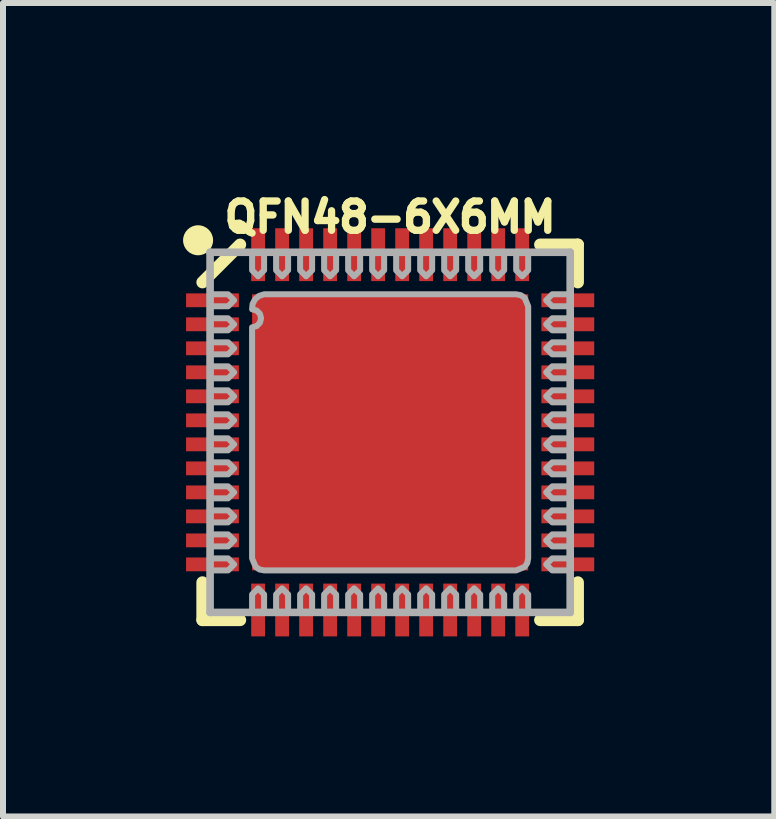
<source format=kicad_pcb>
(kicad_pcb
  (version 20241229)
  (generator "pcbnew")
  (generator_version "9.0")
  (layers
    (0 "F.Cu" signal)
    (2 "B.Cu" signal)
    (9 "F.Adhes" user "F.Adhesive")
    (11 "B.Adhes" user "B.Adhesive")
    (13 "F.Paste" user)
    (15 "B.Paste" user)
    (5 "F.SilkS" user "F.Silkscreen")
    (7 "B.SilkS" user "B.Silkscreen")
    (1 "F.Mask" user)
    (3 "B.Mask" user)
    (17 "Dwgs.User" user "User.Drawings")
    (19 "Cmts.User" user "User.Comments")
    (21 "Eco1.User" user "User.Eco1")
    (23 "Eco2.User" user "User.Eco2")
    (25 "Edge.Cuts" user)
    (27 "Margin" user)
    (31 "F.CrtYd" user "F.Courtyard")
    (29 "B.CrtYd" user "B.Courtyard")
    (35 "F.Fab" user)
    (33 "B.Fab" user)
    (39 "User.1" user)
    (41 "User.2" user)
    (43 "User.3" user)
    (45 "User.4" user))
  (footprint "QFN48-6X6MM"
    (layer "F.Cu")
    (at 3.45 4.153)
    (property "Reference" "QFN48-6X6MM" (at 0 -3.3 0) (layer "F.SilkS") (effects (font (size 0.488 0.488) (thickness 0.122)) (justify bottom)))
    (fp_line (start -3.127 -2.5) (end -2.5 -3.127) (stroke (width 0.203) (type solid)) (layer "F.SilkS"))
    (fp_line (start -3.127 2.5) (end -3.127 3.127) (stroke (width 0.203) (type solid)) (layer "F.SilkS"))
    (fp_line (start -3.127 3.127) (end -2.5 3.127) (stroke (width 0.203) (type solid)) (layer "F.SilkS"))
    (fp_line (start 2.5 3.127) (end 3.127 3.127) (stroke (width 0.203) (type solid)) (layer "F.SilkS"))
    (fp_line (start 3.127 -3.127) (end 2.5 -3.127) (stroke (width 0.203) (type solid)) (layer "F.SilkS"))
    (fp_line (start 3.127 -2.5) (end 3.127 -3.127) (stroke (width 0.203) (type solid)) (layer "F.SilkS"))
    (fp_line (start 3.127 3.127) (end 3.127 2.5) (stroke (width 0.203) (type solid)) (layer "F.SilkS"))
    (fp_circle (center -3.2 -3.2) (end -3.075 -3.2) (stroke (width 0.25) (type solid)) (fill yes) (layer "F.SilkS"))
    (fp_poly (pts (xy -3.158 -2.099) (xy -2.562 -2.099) (xy -2.562 -2.301) (xy -3.158 -2.301)) (stroke (width 0) (type default)) (fill yes) (layer "F.Paste"))
    (fp_poly (pts (xy -3.158 -1.699) (xy -2.562 -1.699) (xy -2.562 -1.901) (xy -3.158 -1.901)) (stroke (width 0) (type default)) (fill yes) (layer "F.Paste"))
    (fp_poly (pts (xy -3.158 -1.299) (xy -2.562 -1.299) (xy -2.562 -1.501) (xy -3.158 -1.501)) (stroke (width 0) (type default)) (fill yes) (layer "F.Paste"))
    (fp_poly (pts (xy -3.158 -0.899) (xy -2.562 -0.899) (xy -2.562 -1.101) (xy -3.158 -1.101)) (stroke (width 0) (type default)) (fill yes) (layer "F.Paste"))
    (fp_poly (pts (xy -3.158 -0.499) (xy -2.562 -0.499) (xy -2.562 -0.701) (xy -3.158 -0.701)) (stroke (width 0) (type default)) (fill yes) (layer "F.Paste"))
    (fp_poly (pts (xy -3.158 -0.099) (xy -2.562 -0.099) (xy -2.562 -0.301) (xy -3.158 -0.301)) (stroke (width 0) (type default)) (fill yes) (layer "F.Paste"))
    (fp_poly (pts (xy -3.158 0.301) (xy -2.562 0.301) (xy -2.562 0.099) (xy -3.158 0.099)) (stroke (width 0) (type default)) (fill yes) (layer "F.Paste"))
    (fp_poly (pts (xy -3.158 0.701) (xy -2.562 0.701) (xy -2.562 0.499) (xy -3.158 0.499)) (stroke (width 0) (type default)) (fill yes) (layer "F.Paste"))
    (fp_poly (pts (xy -3.158 1.101) (xy -2.562 1.101) (xy -2.562 0.899) (xy -3.158 0.899)) (stroke (width 0) (type default)) (fill yes) (layer "F.Paste"))
    (fp_poly (pts (xy -3.158 1.501) (xy -2.562 1.501) (xy -2.562 1.299) (xy -3.158 1.299)) (stroke (width 0) (type default)) (fill yes) (layer "F.Paste"))
    (fp_poly (pts (xy -3.158 1.901) (xy -2.562 1.901) (xy -2.562 1.699) (xy -3.158 1.699)) (stroke (width 0) (type default)) (fill yes) (layer "F.Paste"))
    (fp_poly (pts (xy -3.158 2.301) (xy -2.562 2.301) (xy -2.562 2.099) (xy -3.158 2.099)) (stroke (width 0) (type default)) (fill yes) (layer "F.Paste"))
    (fp_poly (pts (xy -2.301 -3.158) (xy -2.301 -2.562) (xy -2.099 -2.562) (xy -2.099 -3.158)) (stroke (width 0) (type default)) (fill yes) (layer "F.Paste"))
    (fp_poly (pts (xy -2.099 3.158) (xy -2.099 2.562) (xy -2.301 2.562) (xy -2.301 3.158)) (stroke (width 0) (type default)) (fill yes) (layer "F.Paste"))
    (fp_poly (pts (xy -1.901 -3.158) (xy -1.901 -2.562) (xy -1.699 -2.562) (xy -1.699 -3.158)) (stroke (width 0) (type default)) (fill yes) (layer "F.Paste"))
    (fp_poly (pts (xy -1.699 3.158) (xy -1.699 2.562) (xy -1.901 2.562) (xy -1.901 3.158)) (stroke (width 0) (type default)) (fill yes) (layer "F.Paste"))
    (fp_poly (pts (xy -1.501 -3.158) (xy -1.501 -2.562) (xy -1.299 -2.562) (xy -1.299 -3.158)) (stroke (width 0) (type default)) (fill yes) (layer "F.Paste"))
    (fp_poly (pts (xy -1.299 3.158) (xy -1.299 2.562) (xy -1.501 2.562) (xy -1.501 3.158)) (stroke (width 0) (type default)) (fill yes) (layer "F.Paste"))
    (fp_poly (pts (xy -1.101 -3.158) (xy -1.101 -2.562) (xy -0.899 -2.562) (xy -0.899 -3.158)) (stroke (width 0) (type default)) (fill yes) (layer "F.Paste"))
    (fp_poly (pts (xy -0.899 3.158) (xy -0.899 2.562) (xy -1.101 2.562) (xy -1.101 3.158)) (stroke (width 0) (type default)) (fill yes) (layer "F.Paste"))
    (fp_poly (pts (xy -0.701 -3.158) (xy -0.701 -2.562) (xy -0.499 -2.562) (xy -0.499 -3.158)) (stroke (width 0) (type default)) (fill yes) (layer "F.Paste"))
    (fp_poly (pts (xy -0.499 3.158) (xy -0.499 2.562) (xy -0.701 2.562) (xy -0.701 3.158)) (stroke (width 0) (type default)) (fill yes) (layer "F.Paste"))
    (fp_poly (pts (xy -0.489 -0.489) (xy -0.489 -1.811) (xy -1.811 -1.811) (xy -1.811 -0.489)) (stroke (width 0) (type default)) (fill yes) (layer "F.Paste"))
    (fp_poly (pts (xy -0.489 0.489) (xy -1.811 0.489) (xy -1.811 1.811) (xy -0.489 1.811)) (stroke (width 0) (type default)) (fill yes) (layer "F.Paste"))
    (fp_poly (pts (xy -0.301 -3.158) (xy -0.301 -2.562) (xy -0.099 -2.562) (xy -0.099 -3.158)) (stroke (width 0) (type default)) (fill yes) (layer "F.Paste"))
    (fp_poly (pts (xy -0.099 3.158) (xy -0.099 2.562) (xy -0.301 2.562) (xy -0.301 3.158)) (stroke (width 0) (type default)) (fill yes) (layer "F.Paste"))
    (fp_poly (pts (xy 0.099 -3.158) (xy 0.099 -2.562) (xy 0.301 -2.562) (xy 0.301 -3.158)) (stroke (width 0) (type default)) (fill yes) (layer "F.Paste"))
    (fp_poly (pts (xy 0.301 3.158) (xy 0.301 2.562) (xy 0.099 2.562) (xy 0.099 3.158)) (stroke (width 0) (type default)) (fill yes) (layer "F.Paste"))
    (fp_poly (pts (xy 0.489 -0.489) (xy 1.811 -0.489) (xy 1.811 -1.811) (xy 0.489 -1.811)) (stroke (width 0) (type default)) (fill yes) (layer "F.Paste"))
    (fp_poly (pts (xy 0.489 0.489) (xy 0.489 1.811) (xy 1.811 1.811) (xy 1.811 0.489)) (stroke (width 0) (type default)) (fill yes) (layer "F.Paste"))
    (fp_poly (pts (xy 0.499 -3.158) (xy 0.499 -2.562) (xy 0.701 -2.562) (xy 0.701 -3.158)) (stroke (width 0) (type default)) (fill yes) (layer "F.Paste"))
    (fp_poly (pts (xy 0.701 3.158) (xy 0.701 2.562) (xy 0.499 2.562) (xy 0.499 3.158)) (stroke (width 0) (type default)) (fill yes) (layer "F.Paste"))
    (fp_poly (pts (xy 0.899 -3.158) (xy 0.899 -2.562) (xy 1.101 -2.562) (xy 1.101 -3.158)) (stroke (width 0) (type default)) (fill yes) (layer "F.Paste"))
    (fp_poly (pts (xy 1.101 3.158) (xy 1.101 2.562) (xy 0.899 2.562) (xy 0.899 3.158)) (stroke (width 0) (type default)) (fill yes) (layer "F.Paste"))
    (fp_poly (pts (xy 1.299 -3.158) (xy 1.299 -2.562) (xy 1.501 -2.562) (xy 1.501 -3.158)) (stroke (width 0) (type default)) (fill yes) (layer "F.Paste"))
    (fp_poly (pts (xy 1.501 3.158) (xy 1.501 2.562) (xy 1.299 2.562) (xy 1.299 3.158)) (stroke (width 0) (type default)) (fill yes) (layer "F.Paste"))
    (fp_poly (pts (xy 1.699 -3.158) (xy 1.699 -2.562) (xy 1.901 -2.562) (xy 1.901 -3.158)) (stroke (width 0) (type default)) (fill yes) (layer "F.Paste"))
    (fp_poly (pts (xy 1.901 3.158) (xy 1.901 2.562) (xy 1.699 2.562) (xy 1.699 3.158)) (stroke (width 0) (type default)) (fill yes) (layer "F.Paste"))
    (fp_poly (pts (xy 2.099 -3.158) (xy 2.099 -2.562) (xy 2.301 -2.562) (xy 2.301 -3.158)) (stroke (width 0) (type default)) (fill yes) (layer "F.Paste"))
    (fp_poly (pts (xy 2.301 3.158) (xy 2.301 2.562) (xy 2.099 2.562) (xy 2.099 3.158)) (stroke (width 0) (type default)) (fill yes) (layer "F.Paste"))
    (fp_poly (pts (xy 3.158 -2.301) (xy 2.562 -2.301) (xy 2.562 -2.099) (xy 3.158 -2.099)) (stroke (width 0) (type default)) (fill yes) (layer "F.Paste"))
    (fp_poly (pts (xy 3.158 -1.901) (xy 2.562 -1.901) (xy 2.562 -1.699) (xy 3.158 -1.699)) (stroke (width 0) (type default)) (fill yes) (layer "F.Paste"))
    (fp_poly (pts (xy 3.158 -1.501) (xy 2.562 -1.501) (xy 2.562 -1.299) (xy 3.158 -1.299)) (stroke (width 0) (type default)) (fill yes) (layer "F.Paste"))
    (fp_poly (pts (xy 3.158 -1.101) (xy 2.562 -1.101) (xy 2.562 -0.899) (xy 3.158 -0.899)) (stroke (width 0) (type default)) (fill yes) (layer "F.Paste"))
    (fp_poly (pts (xy 3.158 -0.701) (xy 2.562 -0.701) (xy 2.562 -0.499) (xy 3.158 -0.499)) (stroke (width 0) (type default)) (fill yes) (layer "F.Paste"))
    (fp_poly (pts (xy 3.158 -0.301) (xy 2.562 -0.301) (xy 2.562 -0.099) (xy 3.158 -0.099)) (stroke (width 0) (type default)) (fill yes) (layer "F.Paste"))
    (fp_poly (pts (xy 3.158 0.099) (xy 2.562 0.099) (xy 2.562 0.301) (xy 3.158 0.301)) (stroke (width 0) (type default)) (fill yes) (layer "F.Paste"))
    (fp_poly (pts (xy 3.158 0.499) (xy 2.562 0.499) (xy 2.562 0.701) (xy 3.158 0.701)) (stroke (width 0) (type default)) (fill yes) (layer "F.Paste"))
    (fp_poly (pts (xy 3.158 0.899) (xy 2.562 0.899) (xy 2.562 1.101) (xy 3.158 1.101)) (stroke (width 0) (type default)) (fill yes) (layer "F.Paste"))
    (fp_poly (pts (xy 3.158 1.299) (xy 2.562 1.299) (xy 2.562 1.501) (xy 3.158 1.501)) (stroke (width 0) (type default)) (fill yes) (layer "F.Paste"))
    (fp_poly (pts (xy 3.158 1.699) (xy 2.562 1.699) (xy 2.562 1.901) (xy 3.158 1.901)) (stroke (width 0) (type default)) (fill yes) (layer "F.Paste"))
    (fp_poly (pts (xy 3.158 2.099) (xy 2.562 2.099) (xy 2.562 2.301) (xy 3.158 2.301)) (stroke (width 0) (type default)) (fill yes) (layer "F.Paste"))
    (fp_line (start -3 -3) (end -3 3) (stroke (width 0.127) (type solid)) (layer "F.Fab"))
    (fp_line (start -3 3) (end 3 3) (stroke (width 0.127) (type solid)) (layer "F.Fab"))
    (fp_line (start 3 -3) (end -3 -3) (stroke (width 0.127) (type solid)) (layer "F.Fab"))
    (fp_line (start 3 3) (end 3 -3) (stroke (width 0.127) (type solid)) (layer "F.Fab"))
    (fp_poly (pts (xy -2.6 -2.2) (xy -2.7 -2.1) (xy -3 -2.1) (xy -3 -2.3) (xy -2.7 -2.3)) (stroke (width 0.1) (type default)) (fill no) (layer "F.Fab"))
    (fp_poly (pts (xy -2.6 -1.8) (xy -2.7 -1.7) (xy -3 -1.7) (xy -3 -1.9) (xy -2.7 -1.9)) (stroke (width 0.1) (type default)) (fill no) (layer "F.Fab"))
    (fp_poly (pts (xy -2.6 -1.4) (xy -2.7 -1.3) (xy -3 -1.3) (xy -3 -1.5) (xy -2.7 -1.5)) (stroke (width 0.1) (type default)) (fill no) (layer "F.Fab"))
    (fp_poly (pts (xy -2.6 -1) (xy -2.7 -0.9) (xy -3 -0.9) (xy -3 -1.1) (xy -2.7 -1.1)) (stroke (width 0.1) (type default)) (fill no) (layer "F.Fab"))
    (fp_poly (pts (xy -2.6 -0.6) (xy -2.7 -0.5) (xy -3 -0.5) (xy -3 -0.7) (xy -2.7 -0.7)) (stroke (width 0.1) (type default)) (fill no) (layer "F.Fab"))
    (fp_poly (pts (xy -2.6 -0.2) (xy -2.7 -0.1) (xy -3 -0.1) (xy -3 -0.3) (xy -2.7 -0.3)) (stroke (width 0.1) (type default)) (fill no) (layer "F.Fab"))
    (fp_poly (pts (xy -2.6 0.2) (xy -2.7 0.3) (xy -3 0.3) (xy -3 0.1) (xy -2.7 0.1)) (stroke (width 0.1) (type default)) (fill no) (layer "F.Fab"))
    (fp_poly (pts (xy -2.6 0.6) (xy -2.7 0.7) (xy -3 0.7) (xy -3 0.5) (xy -2.7 0.5)) (stroke (width 0.1) (type default)) (fill no) (layer "F.Fab"))
    (fp_poly (pts (xy -2.6 1) (xy -2.7 1.1) (xy -3 1.1) (xy -3 0.9) (xy -2.7 0.9)) (stroke (width 0.1) (type default)) (fill no) (layer "F.Fab"))
    (fp_poly (pts (xy -2.6 1.4) (xy -2.7 1.5) (xy -3 1.5) (xy -3 1.3) (xy -2.7 1.3)) (stroke (width 0.1) (type default)) (fill no) (layer "F.Fab"))
    (fp_poly (pts (xy -2.6 1.8) (xy -2.7 1.9) (xy -3 1.9) (xy -3 1.7) (xy -2.7 1.7)) (stroke (width 0.1) (type default)) (fill no) (layer "F.Fab"))
    (fp_poly (pts (xy -2.6 2.2) (xy -2.7 2.3) (xy -3 2.3) (xy -3 2.1) (xy -2.7 2.1)) (stroke (width 0.1) (type default)) (fill no) (layer "F.Fab"))
    (fp_poly (pts (xy -2.1 -2.7) (xy -2.2 -2.6) (xy -2.3 -2.7) (xy -2.3 -3) (xy -2.1 -3)) (stroke (width 0.1) (type default)) (fill no) (layer "F.Fab"))
    (fp_poly (pts (xy -2.1 2.7) (xy -2.1 3) (xy -2.3 3) (xy -2.3 2.7) (xy -2.2 2.6)) (stroke (width 0.1) (type default)) (fill no) (layer "F.Fab"))
    (fp_poly (pts (xy -1.7 -2.7) (xy -1.8 -2.6) (xy -1.9 -2.7) (xy -1.9 -3) (xy -1.7 -3)) (stroke (width 0.1) (type default)) (fill no) (layer "F.Fab"))
    (fp_poly (pts (xy -1.7 2.7) (xy -1.7 3) (xy -1.9 3) (xy -1.9 2.7) (xy -1.8 2.6)) (stroke (width 0.1) (type default)) (fill no) (layer "F.Fab"))
    (fp_poly (pts (xy -1.3 -2.7) (xy -1.4 -2.6) (xy -1.5 -2.7) (xy -1.5 -3) (xy -1.3 -3)) (stroke (width 0.1) (type default)) (fill no) (layer "F.Fab"))
    (fp_poly (pts (xy -1.3 2.7) (xy -1.3 3) (xy -1.5 3) (xy -1.5 2.7) (xy -1.4 2.6)) (stroke (width 0.1) (type default)) (fill no) (layer "F.Fab"))
    (fp_poly (pts (xy -0.9 -2.7) (xy -1 -2.6) (xy -1.1 -2.7) (xy -1.1 -3) (xy -0.9 -3)) (stroke (width 0.1) (type default)) (fill no) (layer "F.Fab"))
    (fp_poly (pts (xy -0.9 2.7) (xy -0.9 3) (xy -1.1 3) (xy -1.1 2.7) (xy -1 2.6)) (stroke (width 0.1) (type default)) (fill no) (layer "F.Fab"))
    (fp_poly (pts (xy -0.5 -2.7) (xy -0.6 -2.6) (xy -0.7 -2.7) (xy -0.7 -3) (xy -0.5 -3)) (stroke (width 0.1) (type default)) (fill no) (layer "F.Fab"))
    (fp_poly (pts (xy -0.5 2.7) (xy -0.5 3) (xy -0.7 3) (xy -0.7 2.7) (xy -0.6 2.6)) (stroke (width 0.1) (type default)) (fill no) (layer "F.Fab"))
    (fp_poly (pts (xy -0.1 -2.7) (xy -0.2 -2.6) (xy -0.3 -2.7) (xy -0.3 -3) (xy -0.1 -3)) (stroke (width 0.1) (type default)) (fill no) (layer "F.Fab"))
    (fp_poly (pts (xy -0.1 2.7) (xy -0.1 3) (xy -0.3 3) (xy -0.3 2.7) (xy -0.2 2.6)) (stroke (width 0.1) (type default)) (fill no) (layer "F.Fab"))
    (fp_poly (pts (xy 0.3 -2.7) (xy 0.2 -2.6) (xy 0.1 -2.7) (xy 0.1 -3) (xy 0.3 -3)) (stroke (width 0.1) (type default)) (fill no) (layer "F.Fab"))
    (fp_poly (pts (xy 0.3 2.7) (xy 0.3 3) (xy 0.1 3) (xy 0.1 2.7) (xy 0.2 2.6)) (stroke (width 0.1) (type default)) (fill no) (layer "F.Fab"))
    (fp_poly (pts (xy 0.7 -2.7) (xy 0.6 -2.6) (xy 0.5 -2.7) (xy 0.5 -3) (xy 0.7 -3)) (stroke (width 0.1) (type default)) (fill no) (layer "F.Fab"))
    (fp_poly (pts (xy 0.7 2.7) (xy 0.7 3) (xy 0.5 3) (xy 0.5 2.7) (xy 0.6 2.6)) (stroke (width 0.1) (type default)) (fill no) (layer "F.Fab"))
    (fp_poly (pts (xy 1.1 -2.7) (xy 1 -2.6) (xy 0.9 -2.7) (xy 0.9 -3) (xy 1.1 -3)) (stroke (width 0.1) (type default)) (fill no) (layer "F.Fab"))
    (fp_poly (pts (xy 1.1 2.7) (xy 1.1 3) (xy 0.9 3) (xy 0.9 2.7) (xy 1 2.6)) (stroke (width 0.1) (type default)) (fill no) (layer "F.Fab"))
    (fp_poly (pts (xy 1.5 -2.7) (xy 1.4 -2.6) (xy 1.3 -2.7) (xy 1.3 -3) (xy 1.5 -3)) (stroke (width 0.1) (type default)) (fill no) (layer "F.Fab"))
    (fp_poly (pts (xy 1.5 2.7) (xy 1.5 3) (xy 1.3 3) (xy 1.3 2.7) (xy 1.4 2.6)) (stroke (width 0.1) (type default)) (fill no) (layer "F.Fab"))
    (fp_poly (pts (xy 1.9 -2.7) (xy 1.8 -2.6) (xy 1.7 -2.7) (xy 1.7 -3) (xy 1.9 -3)) (stroke (width 0.1) (type default)) (fill no) (layer "F.Fab"))
    (fp_poly (pts (xy 1.9 2.7) (xy 1.9 3) (xy 1.7 3) (xy 1.7 2.7) (xy 1.8 2.6)) (stroke (width 0.1) (type default)) (fill no) (layer "F.Fab"))
    (fp_poly (pts (xy 2.3 -2.7) (xy 2.2 -2.6) (xy 2.1 -2.7) (xy 2.1 -3) (xy 2.3 -3)) (stroke (width 0.1) (type default)) (fill no) (layer "F.Fab"))
    (fp_poly (pts (xy 2.3 2.7) (xy 2.3 3) (xy 2.1 3) (xy 2.1 2.7) (xy 2.2 2.6)) (stroke (width 0.1) (type default)) (fill no) (layer "F.Fab"))
    (fp_poly (pts (xy 3 -2.1) (xy 2.7 -2.1) (xy 2.6 -2.2) (xy 2.7 -2.3) (xy 3 -2.3)) (stroke (width 0.1) (type default)) (fill no) (layer "F.Fab"))
    (fp_poly (pts (xy 3 -1.7) (xy 2.7 -1.7) (xy 2.6 -1.8) (xy 2.7 -1.9) (xy 3 -1.9)) (stroke (width 0.1) (type default)) (fill no) (layer "F.Fab"))
    (fp_poly (pts (xy 3 -1.3) (xy 2.7 -1.3) (xy 2.6 -1.4) (xy 2.7 -1.5) (xy 3 -1.5)) (stroke (width 0.1) (type default)) (fill no) (layer "F.Fab"))
    (fp_poly (pts (xy 3 -0.9) (xy 2.7 -0.9) (xy 2.6 -1) (xy 2.7 -1.1) (xy 3 -1.1)) (stroke (width 0.1) (type default)) (fill no) (layer "F.Fab"))
    (fp_poly (pts (xy 3 -0.5) (xy 2.7 -0.5) (xy 2.6 -0.6) (xy 2.7 -0.7) (xy 3 -0.7)) (stroke (width 0.1) (type default)) (fill no) (layer "F.Fab"))
    (fp_poly (pts (xy 3 -0.1) (xy 2.7 -0.1) (xy 2.6 -0.2) (xy 2.7 -0.3) (xy 3 -0.3)) (stroke (width 0.1) (type default)) (fill no) (layer "F.Fab"))
    (fp_poly (pts (xy 3 0.3) (xy 2.7 0.3) (xy 2.6 0.2) (xy 2.7 0.1) (xy 3 0.1)) (stroke (width 0.1) (type default)) (fill no) (layer "F.Fab"))
    (fp_poly (pts (xy 3 0.7) (xy 2.7 0.7) (xy 2.6 0.6) (xy 2.7 0.5) (xy 3 0.5)) (stroke (width 0.1) (type default)) (fill no) (layer "F.Fab"))
    (fp_poly (pts (xy 3 1.1) (xy 2.7 1.1) (xy 2.6 1) (xy 2.7 0.9) (xy 3 0.9)) (stroke (width 0.1) (type default)) (fill no) (layer "F.Fab"))
    (fp_poly (pts (xy 3 1.5) (xy 2.7 1.5) (xy 2.6 1.4) (xy 2.7 1.3) (xy 3 1.3)) (stroke (width 0.1) (type default)) (fill no) (layer "F.Fab"))
    (fp_poly (pts (xy 3 1.9) (xy 2.7 1.9) (xy 2.6 1.8) (xy 2.7 1.7) (xy 3 1.7)) (stroke (width 0.1) (type default)) (fill no) (layer "F.Fab"))
    (fp_poly (pts (xy 3 2.3) (xy 2.7 2.3) (xy 2.6 2.2) (xy 2.7 2.1) (xy 3 2.1)) (stroke (width 0.1) (type default)) (fill no) (layer "F.Fab"))
    (fp_poly (pts (xy 2.177 -2.285) (xy 2.241 -2.241) (xy 2.3 -2.1) (xy 2.3 2.1) (xy 2.285 2.177) (xy 2.241 2.241) (xy 2.1 2.3) (xy -2.1 2.3) (xy -2.177 2.285) (xy -2.241 2.241) (xy -2.3 2.1) (xy -2.3 -1.75) (xy -2.225 -1.77) (xy -2.17 -1.825) (xy -2.15 -1.9) (xy -2.17 -1.975) (xy -2.225 -2.03) (xy -2.3 -2.05) (xy -2.292 -2.138) (xy -2.252 -2.216) (xy -2.184 -2.273) (xy -2.1 -2.3) (xy 2.1 -2.3)) (stroke (width 0.1) (type default)) (fill no) (layer "F.Fab"))
    (pad "1" smd rect (at -2.96 -2.2 90) (size 0.23 0.88) (layers "F.Cu" "F.Mask"))
    (pad "2" smd rect (at -2.96 -1.8 90) (size 0.23 0.88) (layers "F.Cu" "F.Mask"))
    (pad "3" smd rect (at -2.96 -1.4 90) (size 0.23 0.88) (layers "F.Cu" "F.Mask"))
    (pad "4" smd rect (at -2.96 -1 90) (size 0.23 0.88) (layers "F.Cu" "F.Mask"))
    (pad "5" smd rect (at -2.96 -0.6 90) (size 0.23 0.88) (layers "F.Cu" "F.Mask"))
    (pad "6" smd rect (at -2.96 -0.2 90) (size 0.23 0.88) (layers "F.Cu" "F.Mask"))
    (pad "7" smd rect (at -2.96 0.2 90) (size 0.23 0.88) (layers "F.Cu" "F.Mask"))
    (pad "8" smd rect (at -2.96 0.6 90) (size 0.23 0.88) (layers "F.Cu" "F.Mask"))
    (pad "9" smd rect (at -2.96 1 90) (size 0.23 0.88) (layers "F.Cu" "F.Mask"))
    (pad "10" smd rect (at -2.96 1.4 90) (size 0.23 0.88) (layers "F.Cu" "F.Mask"))
    (pad "11" smd rect (at -2.96 1.8 90) (size 0.23 0.88) (layers "F.Cu" "F.Mask"))
    (pad "12" smd rect (at -2.96 2.2 90) (size 0.23 0.88) (layers "F.Cu" "F.Mask"))
    (pad "13" smd rect (at -2.2 2.96 180) (size 0.23 0.88) (layers "F.Cu" "F.Mask"))
    (pad "14" smd rect (at -1.8 2.96 180) (size 0.23 0.88) (layers "F.Cu" "F.Mask"))
    (pad "15" smd rect (at -1.4 2.96 180) (size 0.23 0.88) (layers "F.Cu" "F.Mask"))
    (pad "16" smd rect (at -1 2.96 180) (size 0.23 0.88) (layers "F.Cu" "F.Mask"))
    (pad "17" smd rect (at -0.6 2.96 180) (size 0.23 0.88) (layers "F.Cu" "F.Mask"))
    (pad "18" smd rect (at -0.2 2.96 180) (size 0.23 0.88) (layers "F.Cu" "F.Mask"))
    (pad "19" smd rect (at 0.2 2.96 180) (size 0.23 0.88) (layers "F.Cu" "F.Mask"))
    (pad "20" smd rect (at 0.6 2.96 180) (size 0.23 0.88) (layers "F.Cu" "F.Mask"))
    (pad "21" smd rect (at 1 2.96 180) (size 0.23 0.88) (layers "F.Cu" "F.Mask"))
    (pad "22" smd rect (at 1.4 2.96 180) (size 0.23 0.88) (layers "F.Cu" "F.Mask"))
    (pad "23" smd rect (at 1.8 2.96 180) (size 0.23 0.88) (layers "F.Cu" "F.Mask"))
    (pad "24" smd rect (at 2.2 2.96 180) (size 0.23 0.88) (layers "F.Cu" "F.Mask"))
    (pad "25" smd rect (at 2.96 2.2 270) (size 0.23 0.88) (layers "F.Cu" "F.Mask"))
    (pad "26" smd rect (at 2.96 1.8 270) (size 0.23 0.88) (layers "F.Cu" "F.Mask"))
    (pad "27" smd rect (at 2.96 1.4 270) (size 0.23 0.88) (layers "F.Cu" "F.Mask"))
    (pad "28" smd rect (at 2.96 1 270) (size 0.23 0.88) (layers "F.Cu" "F.Mask"))
    (pad "29" smd rect (at 2.96 0.6 270) (size 0.23 0.88) (layers "F.Cu" "F.Mask"))
    (pad "30" smd rect (at 2.96 0.2 270) (size 0.23 0.88) (layers "F.Cu" "F.Mask"))
    (pad "31" smd rect (at 2.96 -0.2 270) (size 0.23 0.88) (layers "F.Cu" "F.Mask"))
    (pad "32" smd rect (at 2.96 -0.6 270) (size 0.23 0.88) (layers "F.Cu" "F.Mask"))
    (pad "33" smd rect (at 2.96 -1 270) (size 0.23 0.88) (layers "F.Cu" "F.Mask"))
    (pad "34" smd rect (at 2.96 -1.4 270) (size 0.23 0.88) (layers "F.Cu" "F.Mask"))
    (pad "35" smd rect (at 2.96 -1.8 270) (size 0.23 0.88) (layers "F.Cu" "F.Mask"))
    (pad "36" smd rect (at 2.96 -2.2 270) (size 0.23 0.88) (layers "F.Cu" "F.Mask"))
    (pad "37" smd rect (at 2.2 -2.96) (size 0.23 0.88) (layers "F.Cu" "F.Mask"))
    (pad "38" smd rect (at 1.8 -2.96) (size 0.23 0.88) (layers "F.Cu" "F.Mask"))
    (pad "39" smd rect (at 1.4 -2.96) (size 0.23 0.88) (layers "F.Cu" "F.Mask"))
    (pad "40" smd rect (at 1 -2.96) (size 0.23 0.88) (layers "F.Cu" "F.Mask"))
    (pad "41" smd rect (at 0.6 -2.96) (size 0.23 0.88) (layers "F.Cu" "F.Mask"))
    (pad "42" smd rect (at 0.2 -2.96) (size 0.23 0.88) (layers "F.Cu" "F.Mask"))
    (pad "43" smd rect (at -0.2 -2.96) (size 0.23 0.88) (layers "F.Cu" "F.Mask"))
    (pad "44" smd rect (at -0.6 -2.96) (size 0.23 0.88) (layers "F.Cu" "F.Mask"))
    (pad "45" smd rect (at -1 -2.96) (size 0.23 0.88) (layers "F.Cu" "F.Mask"))
    (pad "46" smd rect (at -1.4 -2.96) (size 0.23 0.88) (layers "F.Cu" "F.Mask"))
    (pad "47" smd rect (at -1.8 -2.96) (size 0.23 0.88) (layers "F.Cu" "F.Mask"))
    (pad "48" smd rect (at -2.2 -2.96) (size 0.23 0.88) (layers "F.Cu" "F.Mask"))
    (pad "EP" smd rect (at 0 0) (size 4.6 4.6) (layers "F.Cu" "F.Mask")))
  (gr_rect
    (start -3 -3)
    (end 9.85 10.553)
    (stroke (width 0.1) (type default))
    (fill no)
    (layer "Edge.Cuts")))
</source>
